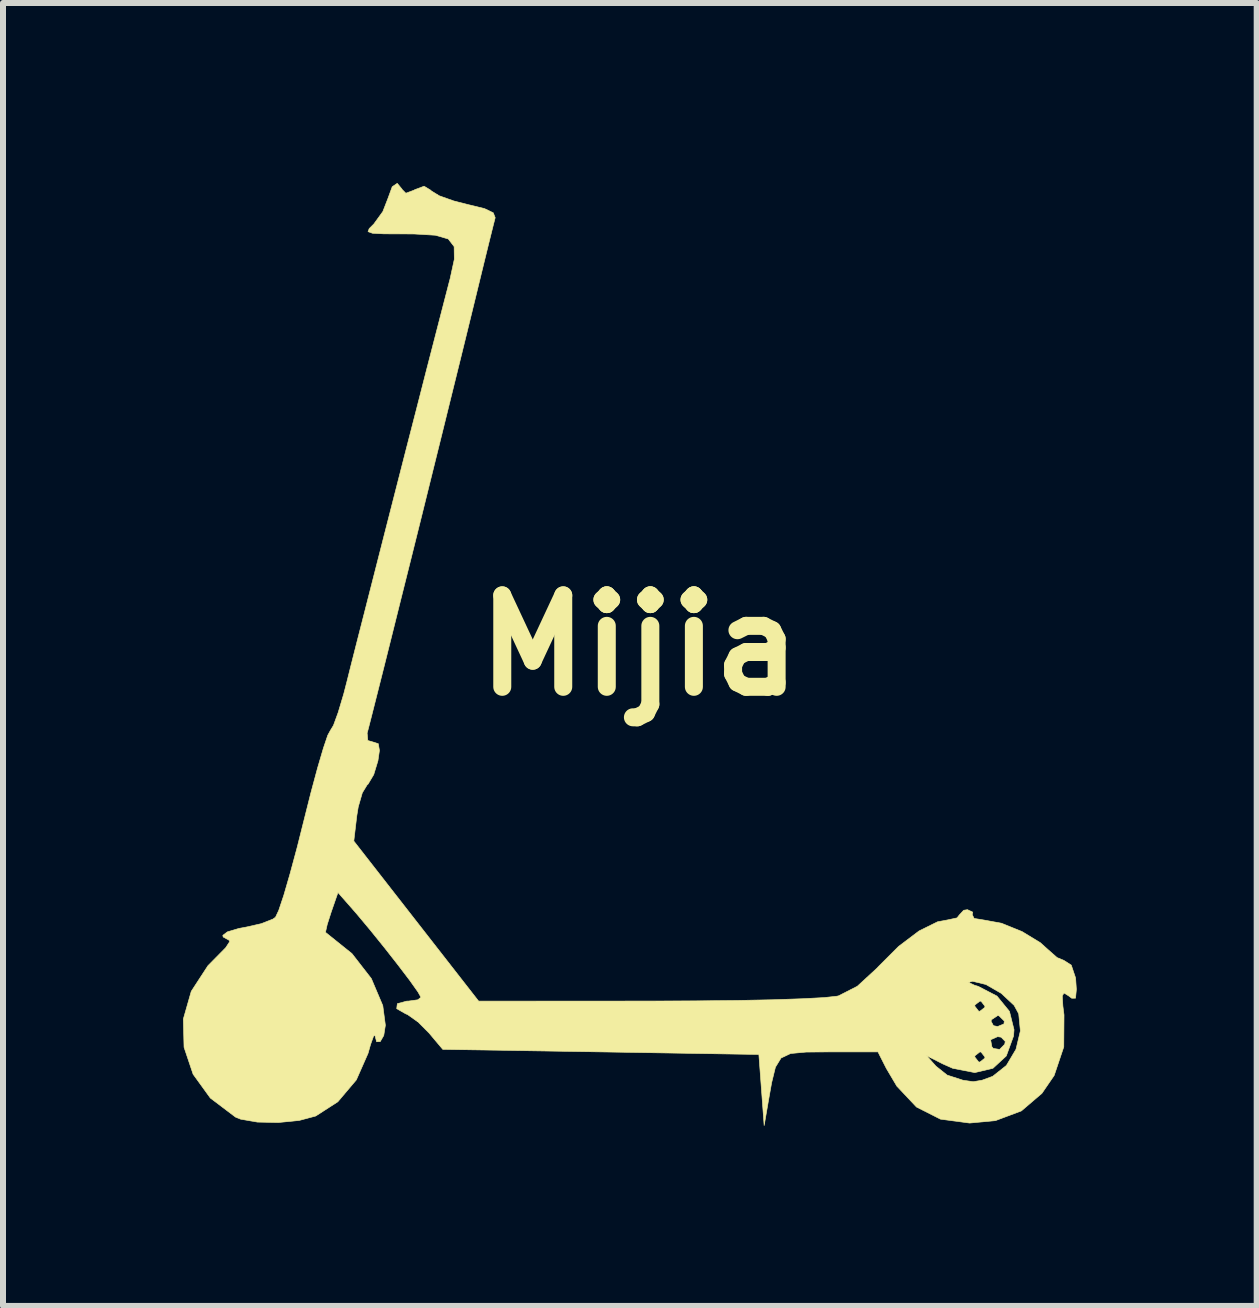
<source format=kicad_pcb>
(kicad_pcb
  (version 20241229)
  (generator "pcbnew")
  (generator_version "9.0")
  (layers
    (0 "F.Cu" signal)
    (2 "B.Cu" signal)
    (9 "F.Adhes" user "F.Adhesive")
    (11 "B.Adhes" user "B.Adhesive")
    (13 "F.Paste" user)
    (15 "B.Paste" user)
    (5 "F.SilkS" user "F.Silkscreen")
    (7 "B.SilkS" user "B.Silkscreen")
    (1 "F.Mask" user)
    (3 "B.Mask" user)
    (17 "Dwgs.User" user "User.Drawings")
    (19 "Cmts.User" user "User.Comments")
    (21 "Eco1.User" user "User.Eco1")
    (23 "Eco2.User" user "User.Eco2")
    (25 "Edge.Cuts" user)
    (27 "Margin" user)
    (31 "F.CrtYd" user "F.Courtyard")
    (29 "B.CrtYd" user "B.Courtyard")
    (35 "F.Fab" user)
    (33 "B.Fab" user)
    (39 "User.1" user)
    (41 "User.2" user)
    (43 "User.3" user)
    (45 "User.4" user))
  (footprint "Mijia"
    (layer "F.Cu")
    (at 7.606 7.706)
    (property "Reference" "Mijia" (at 0 0 0) (layer "F.SilkS") (effects (font (size 1.524 1.524) (thickness 0.3))))
    (attr through_hole)
    (fp_poly (pts (xy -3.958 -7.606) (xy -3.955 -7.599) (xy -3.893 -7.536) (xy -3.759 -7.586) (xy -3.744 -7.595) (xy -3.589 -7.653) (xy -3.478 -7.586) (xy -3.469 -7.575) (xy -3.335 -7.493) (xy -3.093 -7.407) (xy -2.869 -7.35) (xy -2.582 -7.28) (xy -2.436 -7.21) (xy -2.404 -7.128) (xy -2.407 -7.116) (xy -2.439 -6.991) (xy -2.503 -6.734) (xy -2.591 -6.376) (xy -2.695 -5.949) (xy -2.752 -5.715) (xy -2.857 -5.285) (xy -2.986 -4.76) (xy -3.134 -4.161) (xy -3.295 -3.508) (xy -3.465 -2.822) (xy -3.638 -2.123) (xy -3.81 -1.432) (xy -3.976 -0.769) (xy -4.129 -0.155) (xy -4.265 0.389) (xy -4.38 0.844) (xy -4.467 1.188) (xy -4.522 1.402) (xy -4.538 1.46) (xy -4.527 1.584) (xy -4.441 1.609) (xy -4.352 1.637) (xy -4.333 1.75) (xy -4.358 1.922) (xy -4.428 2.152) (xy -4.522 2.31) (xy -4.538 2.324) (xy -4.618 2.455) (xy -4.686 2.69) (xy -4.71 2.837) (xy -4.76 3.26) (xy -2.68 5.927) (xy 0.163 5.926) (xy 0.936 5.923) (xy 1.632 5.916) (xy 2.232 5.904) (xy 2.721 5.887) (xy 3.079 5.868) (xy 3.29 5.845) (xy 3.318 5.839) (xy 3.631 5.679) (xy 3.961 5.375) (xy 3.981 5.353) (xy 4.319 5.015) (xy 4.659 4.758) (xy 4.968 4.605) (xy 5.144 4.572) (xy 5.292 4.54) (xy 5.334 4.487) (xy 5.403 4.413) (xy 5.466 4.403) (xy 5.554 4.444) (xy 5.546 4.487) (xy 5.577 4.549) (xy 5.731 4.574) (xy 6.033 4.629) (xy 6.376 4.768) (xy 6.679 4.952) (xy 6.808 5.068) (xy 6.959 5.201) (xy 7.074 5.249) (xy 7.196 5.327) (xy 7.268 5.541) (xy 7.281 5.732) (xy 7.267 5.878) (xy 7.204 5.879) (xy 7.15 5.838) (xy 7.075 5.792) (xy 7.046 5.839) (xy 7.056 6.008) (xy 7.075 6.157) (xy 7.071 6.69) (xy 6.911 7.166) (xy 6.707 7.464) (xy 6.364 7.757) (xy 5.931 7.919) (xy 5.502 7.959) (xy 5.016 7.894) (xy 4.617 7.692) (xy 4.289 7.344) (xy 4.114 7.048) (xy 4.006 6.835) (xy 4.784 6.835) (xy 4.941 7.011) (xy 5.128 7.16) (xy 5.391 7.245) (xy 5.563 7.27) (xy 5.71 7.245) (xy 5.887 7.18) (xy 6.115 6.999) (xy 6.275 6.729) (xy 6.348 6.423) (xy 6.32 6.138) (xy 6.244 5.998) (xy 6.029 5.797) (xy 5.774 5.65) (xy 5.551 5.596) (xy 5.548 5.596) (xy 5.483 5.616) (xy 5.584 5.662) (xy 5.646 5.681) (xy 5.958 5.843) (xy 6.166 6.098) (xy 6.242 6.404) (xy 6.234 6.509) (xy 6.113 6.841) (xy 5.891 7.046) (xy 5.588 7.118) (xy 5.222 7.047) (xy 5.055 6.973) (xy 4.829 6.858) (xy 5.588 6.858) (xy 5.652 6.94) (xy 5.673 6.943) (xy 5.755 6.878) (xy 5.757 6.858) (xy 5.693 6.776) (xy 5.673 6.773) (xy 5.59 6.838) (xy 5.588 6.858) (xy 4.829 6.858) (xy 4.784 6.835) (xy 4.006 6.835) (xy 3.975 6.773) (xy 3.171 6.773) (xy 2.778 6.776) (xy 2.519 6.8) (xy 2.36 6.875) (xy 2.266 7.028) (xy 2.203 7.285) (xy 2.151 7.578) (xy 2.078 8.001) (xy 2.034 7.408) (xy 1.99 6.816) (xy -0.644 6.773) (xy -3.277 6.731) (xy -3.412 6.571) (xy 5.852 6.571) (xy 5.873 6.688) (xy 5.896 6.715) (xy 6.002 6.732) (xy 6.087 6.646) (xy 6.096 6.599) (xy 6.027 6.528) (xy 5.969 6.519) (xy 5.852 6.571) (xy -3.412 6.571) (xy -3.505 6.46) (xy -3.689 6.275) (xy -3.712 6.259) (xy 5.858 6.259) (xy 5.899 6.336) (xy 5.969 6.35) (xy 6.074 6.307) (xy 6.08 6.259) (xy 5.992 6.172) (xy 5.969 6.168) (xy 5.87 6.234) (xy 5.858 6.259) (xy -3.712 6.259) (xy -3.863 6.152) (xy -3.898 6.137) (xy -4.045 6.053) (xy -4.04 6.011) (xy 5.588 6.011) (xy 5.652 6.094) (xy 5.673 6.096) (xy 5.755 6.032) (xy 5.757 6.011) (xy 5.693 5.929) (xy 5.673 5.927) (xy 5.59 5.991) (xy 5.588 6.011) (xy -4.04 6.011) (xy -4.034 5.969) (xy -3.877 5.927) (xy -3.852 5.927) (xy -3.693 5.905) (xy -3.641 5.863) (xy -3.691 5.774) (xy -3.825 5.585) (xy -4.019 5.33) (xy -4.247 5.039) (xy -4.486 4.743) (xy -4.71 4.475) (xy -4.805 4.366) (xy -5.024 4.117) (xy -5.137 4.443) (xy -5.203 4.649) (xy -5.23 4.77) (xy -5.229 4.783) (xy -4.791 5.135) (xy -4.468 5.551) (xy -4.277 6.002) (xy -4.234 6.329) (xy -4.261 6.5) (xy -4.32 6.602) (xy -4.38 6.604) (xy -4.408 6.498) (xy -4.43 6.509) (xy -4.481 6.65) (xy -4.523 6.798) (xy -4.718 7.24) (xy -5.027 7.605) (xy -5.395 7.842) (xy -5.672 7.916) (xy -6.018 7.95) (xy -6.366 7.943) (xy -6.647 7.894) (xy -6.731 7.86) (xy -7.151 7.542) (xy -7.438 7.145) (xy -7.589 6.696) (xy -7.601 6.226) (xy -7.469 5.764) (xy -7.191 5.337) (xy -7.054 5.198) (xy -6.895 5.037) (xy -6.827 4.933) (xy -6.841 4.911) (xy -6.937 4.858) (xy -6.943 4.831) (xy -6.867 4.773) (xy -6.676 4.716) (xy -6.557 4.694) (xy -6.301 4.636) (xy -6.108 4.56) (xy -6.065 4.529) (xy -6.011 4.415) (xy -5.927 4.164) (xy -5.823 3.806) (xy -5.705 3.369) (xy -5.596 2.935) (xy -5.476 2.458) (xy -5.364 2.042) (xy -5.267 1.712) (xy -5.194 1.496) (xy -5.153 1.421) (xy -5.099 1.332) (xy -5.02 1.116) (xy -4.928 0.808) (xy -4.872 0.591) (xy -4.808 0.335) (xy -4.708 -0.059) (xy -4.578 -0.567) (xy -4.426 -1.163) (xy -4.258 -1.822) (xy -4.08 -2.518) (xy -3.899 -3.226) (xy -3.72 -3.921) (xy -3.552 -4.578) (xy -3.399 -5.17) (xy -3.269 -5.674) (xy -3.168 -6.064) (xy -3.154 -6.117) (xy -3.085 -6.435) (xy -3.088 -6.647) (xy -3.186 -6.774) (xy -3.401 -6.836) (xy -3.754 -6.857) (xy -3.921 -6.858) (xy -4.257 -6.859) (xy -4.449 -6.869) (xy -4.523 -6.896) (xy -4.503 -6.947) (xy -4.426 -7.024) (xy -4.276 -7.231) (xy -4.192 -7.447) (xy -4.12 -7.644) (xy -4.036 -7.701) (xy -3.958 -7.606)) (stroke (width 0.01) (type solid)) (fill yes) (layer "F.SilkS")))
  (gr_rect
    (start -3 -3)
    (end 17.892 18.712)
    (stroke (width 0.1) (type default))
    (fill no)
    (layer "Edge.Cuts")))
</source>
